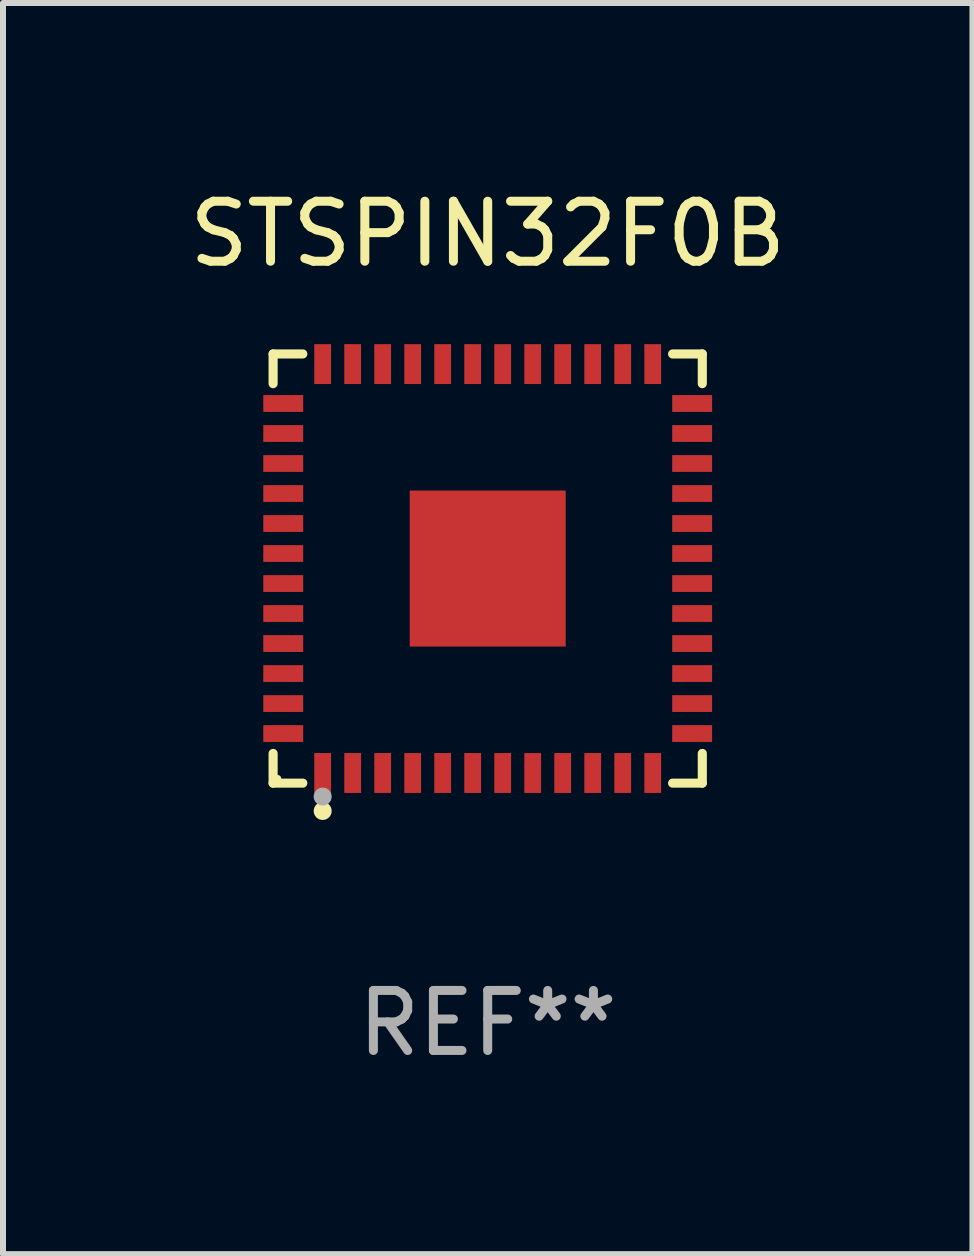
<source format=kicad_pcb>
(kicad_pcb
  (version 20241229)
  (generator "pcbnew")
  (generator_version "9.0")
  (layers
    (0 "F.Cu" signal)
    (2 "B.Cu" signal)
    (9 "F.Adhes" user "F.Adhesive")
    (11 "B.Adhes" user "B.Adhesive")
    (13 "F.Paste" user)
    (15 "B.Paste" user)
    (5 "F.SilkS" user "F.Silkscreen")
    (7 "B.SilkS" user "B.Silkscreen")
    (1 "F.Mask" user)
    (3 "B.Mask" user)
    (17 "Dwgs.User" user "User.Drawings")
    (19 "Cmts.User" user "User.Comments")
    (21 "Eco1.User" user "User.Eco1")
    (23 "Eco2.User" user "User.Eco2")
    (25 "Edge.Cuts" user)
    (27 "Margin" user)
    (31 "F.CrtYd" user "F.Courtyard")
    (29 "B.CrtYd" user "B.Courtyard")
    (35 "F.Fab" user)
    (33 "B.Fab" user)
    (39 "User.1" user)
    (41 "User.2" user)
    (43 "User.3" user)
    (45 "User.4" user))
  (footprint "STSPIN32F0B"
    (layer "F.Cu")
    (at 5.077 6.424)
    (property "Reference" "STSPIN32F0B" (at 0 -5.576 0) (layer "F.SilkS") (effects (font (size 1 1) (thickness 0.15))))
    (attr through_hole)
    (fp_line (start -3.576 -3.576) (end -3.081 -3.576) (stroke (width 0.152) (type solid)) (layer "F.SilkS"))
    (fp_line (start -3.576 -3.081) (end -3.576 -3.576) (stroke (width 0.152) (type solid)) (layer "F.SilkS"))
    (fp_line (start -3.576 3.081) (end -3.576 3.576) (stroke (width 0.152) (type solid)) (layer "F.SilkS"))
    (fp_line (start -3.576 3.576) (end -3.081 3.576) (stroke (width 0.152) (type solid)) (layer "F.SilkS"))
    (fp_line (start 3.576 -3.576) (end 3.081 -3.576) (stroke (width 0.152) (type solid)) (layer "F.SilkS"))
    (fp_line (start 3.576 -3.081) (end 3.576 -3.576) (stroke (width 0.152) (type solid)) (layer "F.SilkS"))
    (fp_line (start 3.576 3.081) (end 3.576 3.576) (stroke (width 0.152) (type solid)) (layer "F.SilkS"))
    (fp_line (start 3.576 3.576) (end 3.081 3.576) (stroke (width 0.152) (type solid)) (layer "F.SilkS"))
    (fp_circle (center -3.5 3.5) (end -3.47 3.5) (stroke (width 0.06) (type solid)) (fill no) (layer "F.SilkS"))
    (fp_circle (center -2.75 4.04) (end -2.675 4.04) (stroke (width 0.15) (type solid)) (fill no) (layer "F.SilkS"))
    (fp_circle (center -2.75 3.8) (end -2.675 3.8) (stroke (width 0.15) (type solid)) (fill no) (layer "F.Fab"))
    (fp_text user "REF**" (at 0 7.576 0) (layer "F.Fab") (effects (font (size 1 1) (thickness 0.15))))
    (pad "1" smd rect (at -2.75 3.407) (size 0.28 0.665) (layers "F.Cu" "F.Mask" "F.Paste"))
    (pad "2" smd rect (at -2.25 3.407) (size 0.28 0.665) (layers "F.Cu" "F.Mask" "F.Paste"))
    (pad "3" smd rect (at -1.75 3.407) (size 0.28 0.665) (layers "F.Cu" "F.Mask" "F.Paste"))
    (pad "4" smd rect (at -1.25 3.407) (size 0.28 0.665) (layers "F.Cu" "F.Mask" "F.Paste"))
    (pad "5" smd rect (at -0.75 3.407) (size 0.28 0.665) (layers "F.Cu" "F.Mask" "F.Paste"))
    (pad "6" smd rect (at -0.25 3.407) (size 0.28 0.665) (layers "F.Cu" "F.Mask" "F.Paste"))
    (pad "7" smd rect (at 0.25 3.407) (size 0.28 0.665) (layers "F.Cu" "F.Mask" "F.Paste"))
    (pad "8" smd rect (at 0.75 3.407) (size 0.28 0.665) (layers "F.Cu" "F.Mask" "F.Paste"))
    (pad "9" smd rect (at 1.25 3.407) (size 0.28 0.665) (layers "F.Cu" "F.Mask" "F.Paste"))
    (pad "10" smd rect (at 1.75 3.407) (size 0.28 0.665) (layers "F.Cu" "F.Mask" "F.Paste"))
    (pad "11" smd rect (at 2.25 3.407) (size 0.28 0.665) (layers "F.Cu" "F.Mask" "F.Paste"))
    (pad "12" smd rect (at 2.75 3.407) (size 0.28 0.665) (layers "F.Cu" "F.Mask" "F.Paste"))
    (pad "13" smd rect (at 3.407 2.75) (size 0.665 0.28) (layers "F.Cu" "F.Mask" "F.Paste"))
    (pad "14" smd rect (at 3.407 2.25) (size 0.665 0.28) (layers "F.Cu" "F.Mask" "F.Paste"))
    (pad "15" smd rect (at 3.407 1.75) (size 0.665 0.28) (layers "F.Cu" "F.Mask" "F.Paste"))
    (pad "16" smd rect (at 3.407 1.25) (size 0.665 0.28) (layers "F.Cu" "F.Mask" "F.Paste"))
    (pad "17" smd rect (at 3.407 0.75) (size 0.665 0.28) (layers "F.Cu" "F.Mask" "F.Paste"))
    (pad "18" smd rect (at 3.407 0.25) (size 0.665 0.28) (layers "F.Cu" "F.Mask" "F.Paste"))
    (pad "19" smd rect (at 3.407 -0.25) (size 0.665 0.28) (layers "F.Cu" "F.Mask" "F.Paste"))
    (pad "20" smd rect (at 3.407 -0.75) (size 0.665 0.28) (layers "F.Cu" "F.Mask" "F.Paste"))
    (pad "21" smd rect (at 3.407 -1.25) (size 0.665 0.28) (layers "F.Cu" "F.Mask" "F.Paste"))
    (pad "22" smd rect (at 3.407 -1.75) (size 0.665 0.28) (layers "F.Cu" "F.Mask" "F.Paste"))
    (pad "23" smd rect (at 3.407 -2.25) (size 0.665 0.28) (layers "F.Cu" "F.Mask" "F.Paste"))
    (pad "24" smd rect (at 3.407 -2.75) (size 0.665 0.28) (layers "F.Cu" "F.Mask" "F.Paste"))
    (pad "25" smd rect (at 2.75 -3.407) (size 0.28 0.665) (layers "F.Cu" "F.Mask" "F.Paste"))
    (pad "26" smd rect (at 2.25 -3.407) (size 0.28 0.665) (layers "F.Cu" "F.Mask" "F.Paste"))
    (pad "27" smd rect (at 1.75 -3.407) (size 0.28 0.665) (layers "F.Cu" "F.Mask" "F.Paste"))
    (pad "28" smd rect (at 1.25 -3.407) (size 0.28 0.665) (layers "F.Cu" "F.Mask" "F.Paste"))
    (pad "29" smd rect (at 0.75 -3.407) (size 0.28 0.665) (layers "F.Cu" "F.Mask" "F.Paste"))
    (pad "30" smd rect (at 0.25 -3.407) (size 0.28 0.665) (layers "F.Cu" "F.Mask" "F.Paste"))
    (pad "31" smd rect (at -0.25 -3.407) (size 0.28 0.665) (layers "F.Cu" "F.Mask" "F.Paste"))
    (pad "32" smd rect (at -0.75 -3.407) (size 0.28 0.665) (layers "F.Cu" "F.Mask" "F.Paste"))
    (pad "33" smd rect (at -1.25 -3.407) (size 0.28 0.665) (layers "F.Cu" "F.Mask" "F.Paste"))
    (pad "34" smd rect (at -1.75 -3.407) (size 0.28 0.665) (layers "F.Cu" "F.Mask" "F.Paste"))
    (pad "35" smd rect (at -2.25 -3.407) (size 0.28 0.665) (layers "F.Cu" "F.Mask" "F.Paste"))
    (pad "36" smd rect (at -2.75 -3.407) (size 0.28 0.665) (layers "F.Cu" "F.Mask" "F.Paste"))
    (pad "37" smd rect (at -3.407 -2.75) (size 0.665 0.28) (layers "F.Cu" "F.Mask" "F.Paste"))
    (pad "38" smd rect (at -3.407 -2.25) (size 0.665 0.28) (layers "F.Cu" "F.Mask" "F.Paste"))
    (pad "39" smd rect (at -3.407 -1.75) (size 0.665 0.28) (layers "F.Cu" "F.Mask" "F.Paste"))
    (pad "40" smd rect (at -3.407 -1.25) (size 0.665 0.28) (layers "F.Cu" "F.Mask" "F.Paste"))
    (pad "41" smd rect (at -3.407 -0.75) (size 0.665 0.28) (layers "F.Cu" "F.Mask" "F.Paste"))
    (pad "42" smd rect (at -3.407 -0.25) (size 0.665 0.28) (layers "F.Cu" "F.Mask" "F.Paste"))
    (pad "43" smd rect (at -3.407 0.25) (size 0.665 0.28) (layers "F.Cu" "F.Mask" "F.Paste"))
    (pad "44" smd rect (at -3.407 0.75) (size 0.665 0.28) (layers "F.Cu" "F.Mask" "F.Paste"))
    (pad "45" smd rect (at -3.407 1.25) (size 0.665 0.28) (layers "F.Cu" "F.Mask" "F.Paste"))
    (pad "46" smd rect (at -3.407 1.75) (size 0.665 0.28) (layers "F.Cu" "F.Mask" "F.Paste"))
    (pad "47" smd rect (at -3.407 2.25) (size 0.665 0.28) (layers "F.Cu" "F.Mask" "F.Paste"))
    (pad "48" smd rect (at -3.407 2.75) (size 0.665 0.28) (layers "F.Cu" "F.Mask" "F.Paste"))
    (pad "49" smd rect (at 0 0) (size 2.6 2.6) (layers "F.Cu" "F.Mask" "F.Paste")))
  (gr_rect
    (start -3 -3)
    (end 13.155 17.849)
    (stroke (width 0.1) (type default))
    (fill no)
    (layer "Edge.Cuts")))
</source>
